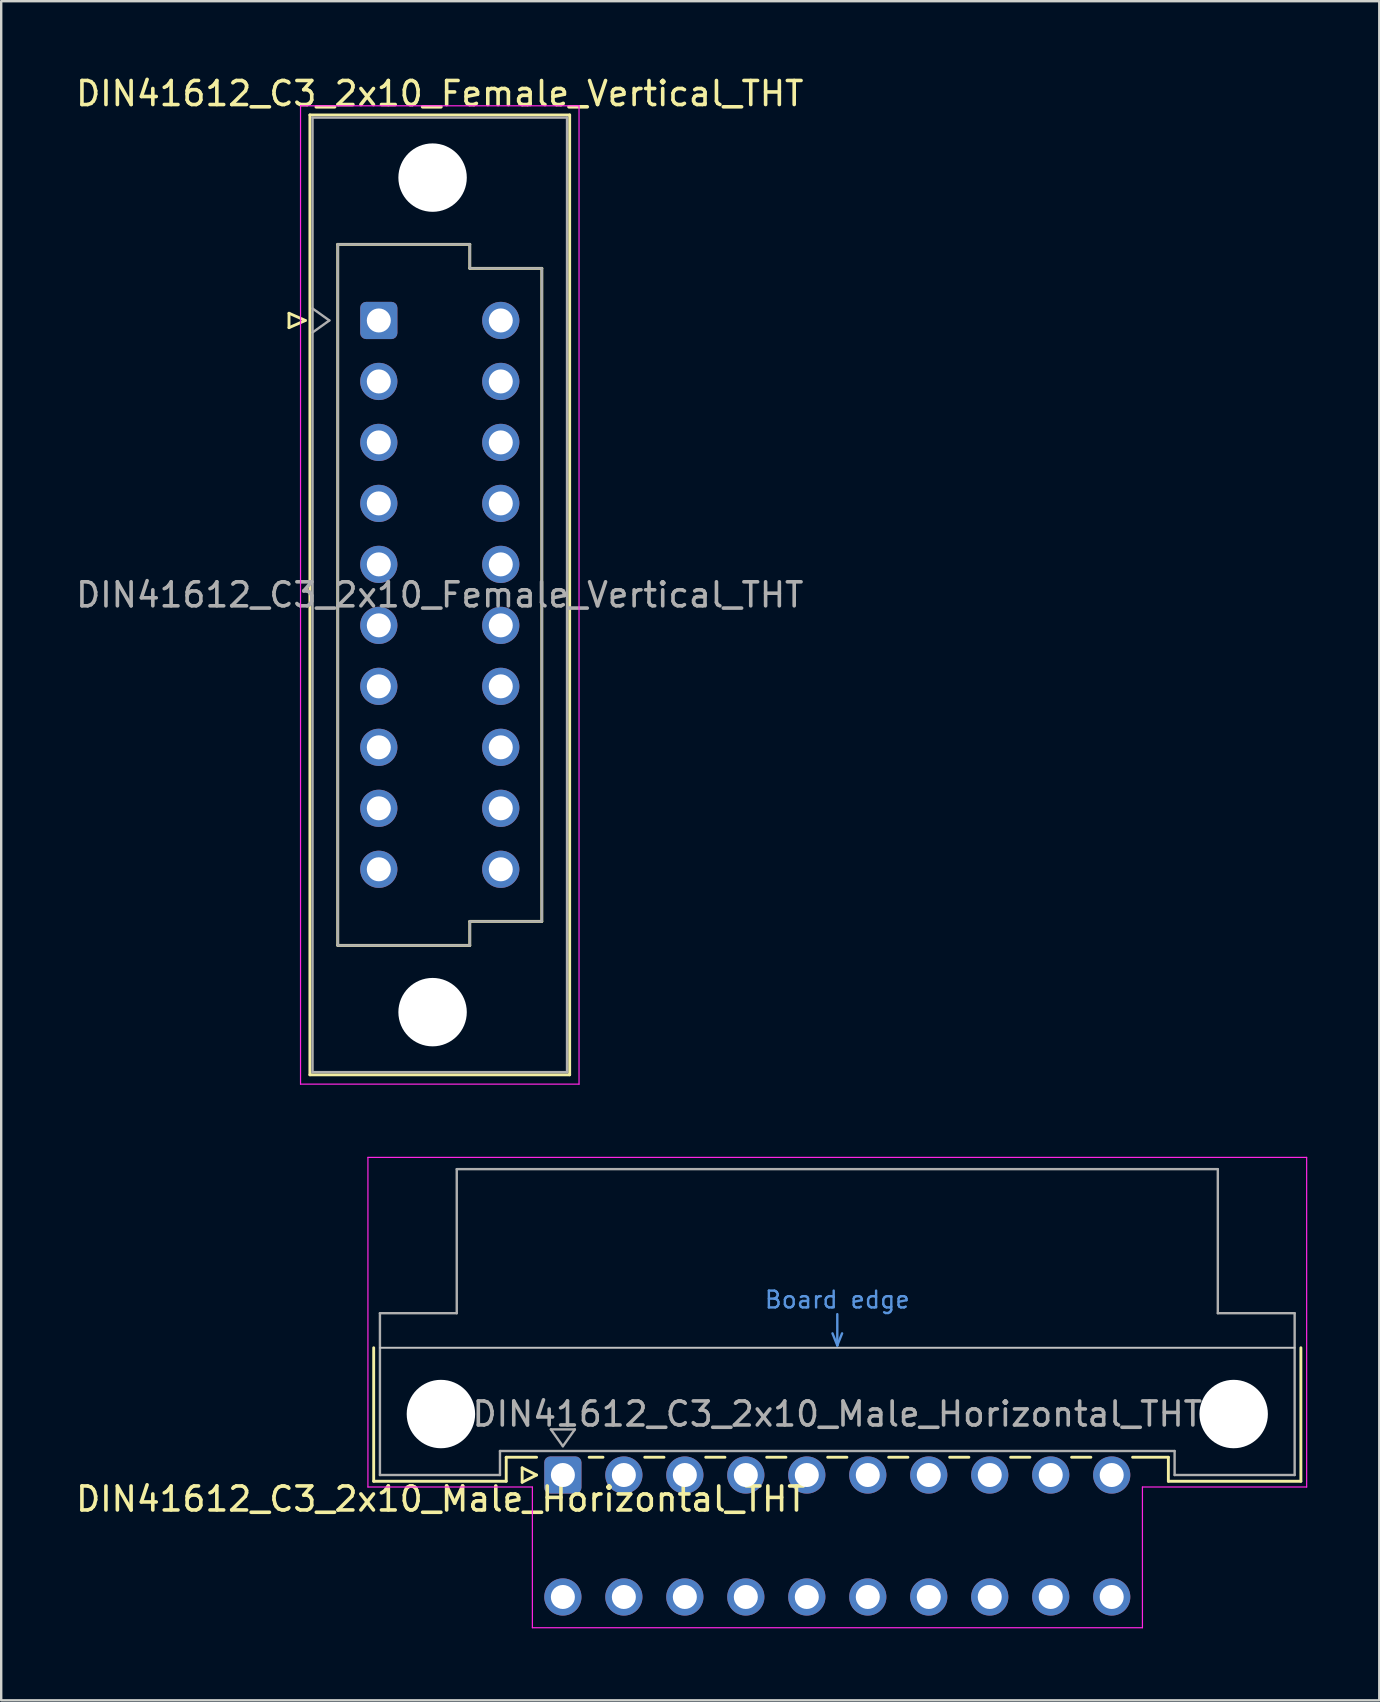
<source format=kicad_pcb>
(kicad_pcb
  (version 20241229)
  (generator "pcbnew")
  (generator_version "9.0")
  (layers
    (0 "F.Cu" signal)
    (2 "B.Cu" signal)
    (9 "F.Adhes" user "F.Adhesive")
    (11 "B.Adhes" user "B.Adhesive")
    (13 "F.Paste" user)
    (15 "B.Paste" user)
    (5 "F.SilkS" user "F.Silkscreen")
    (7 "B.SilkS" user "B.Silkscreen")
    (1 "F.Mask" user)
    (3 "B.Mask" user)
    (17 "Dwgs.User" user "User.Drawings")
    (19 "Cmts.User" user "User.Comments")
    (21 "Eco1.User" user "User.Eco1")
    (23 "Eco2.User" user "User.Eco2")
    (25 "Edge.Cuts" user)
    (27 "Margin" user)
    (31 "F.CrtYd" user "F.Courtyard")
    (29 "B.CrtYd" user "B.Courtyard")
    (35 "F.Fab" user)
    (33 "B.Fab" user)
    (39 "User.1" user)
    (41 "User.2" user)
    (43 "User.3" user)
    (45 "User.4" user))
  (footprint "DIN41612_C3_2x10_Male_Horizontal_THT"
    (layer "F.Cu")
    (at 20.395 58.388)
    (property "Reference" "DIN41612_C3_2x10_Male_Horizontal_THT" (at -5.08 1 0) (layer "F.SilkS") (effects (font (size 1 1) (thickness 0.15))))
    (attr through_hole)
    (fp_line (start -7.88 -5.3) (end -7.88 0.26) (stroke (width 0.12) (type solid)) (layer "F.SilkS"))
    (fp_line (start -7.88 0.26) (end -2.36 0.26) (stroke (width 0.12) (type solid)) (layer "F.SilkS"))
    (fp_line (start -2.361 -0.74) (end -1.095 -0.74) (stroke (width 0.12) (type solid)) (layer "F.SilkS"))
    (fp_line (start -2.36 0.26) (end -2.36 -0.74) (stroke (width 0.12) (type solid)) (layer "F.SilkS"))
    (fp_line (start -1.695 -0.3) (end -1.695 0.3) (stroke (width 0.12) (type solid)) (layer "F.SilkS"))
    (fp_line (start -1.695 0.3) (end -1.095 0) (stroke (width 0.12) (type solid)) (layer "F.SilkS"))
    (fp_line (start -1.095 0) (end -1.695 -0.3) (stroke (width 0.12) (type solid)) (layer "F.SilkS"))
    (fp_line (start 1.095 -0.74) (end 1.671 -0.74) (stroke (width 0.12) (type solid)) (layer "F.SilkS"))
    (fp_line (start 3.41 -0.74) (end 4.211 -0.74) (stroke (width 0.12) (type solid)) (layer "F.SilkS"))
    (fp_line (start 5.95 -0.74) (end 6.751 -0.74) (stroke (width 0.12) (type solid)) (layer "F.SilkS"))
    (fp_line (start 8.49 -0.74) (end 9.291 -0.74) (stroke (width 0.12) (type solid)) (layer "F.SilkS"))
    (fp_line (start 11.03 -0.74) (end 11.831 -0.74) (stroke (width 0.12) (type solid)) (layer "F.SilkS"))
    (fp_line (start 13.57 -0.74) (end 14.371 -0.74) (stroke (width 0.12) (type solid)) (layer "F.SilkS"))
    (fp_line (start 16.11 -0.74) (end 16.911 -0.74) (stroke (width 0.12) (type solid)) (layer "F.SilkS"))
    (fp_line (start 18.65 -0.74) (end 19.451 -0.74) (stroke (width 0.12) (type solid)) (layer "F.SilkS"))
    (fp_line (start 21.19 -0.74) (end 21.991 -0.74) (stroke (width 0.12) (type solid)) (layer "F.SilkS"))
    (fp_line (start 23.73 -0.74) (end 25.22 -0.74) (stroke (width 0.12) (type solid)) (layer "F.SilkS"))
    (fp_line (start 25.22 0.26) (end 25.22 -0.74) (stroke (width 0.12) (type solid)) (layer "F.SilkS"))
    (fp_line (start 30.74 -5.3) (end 30.74 0.26) (stroke (width 0.12) (type solid)) (layer "F.SilkS"))
    (fp_line (start 30.74 0.26) (end 25.22 0.26) (stroke (width 0.12) (type solid)) (layer "F.SilkS"))
    (fp_line (start -7.62 -5.3) (end 30.48 -5.3) (stroke (width 0.08) (type solid)) (layer "Dwgs.User"))
    (fp_line (start 11.23 -5.9) (end 11.43 -5.4) (stroke (width 0.1) (type solid)) (layer "Cmts.User"))
    (fp_line (start 11.43 -5.4) (end 11.43 -6.7) (stroke (width 0.1) (type solid)) (layer "Cmts.User"))
    (fp_line (start 11.43 -5.4) (end 11.63 -5.9) (stroke (width 0.1) (type solid)) (layer "Cmts.User"))
    (fp_line (start -8.12 -13.23) (end -8.12 0.5) (stroke (width 0.05) (type solid)) (layer "F.CrtYd"))
    (fp_line (start -8.12 0.5) (end -1.27 0.5) (stroke (width 0.05) (type solid)) (layer "F.CrtYd"))
    (fp_line (start -1.27 0.5) (end -1.27 6.36) (stroke (width 0.05) (type solid)) (layer "F.CrtYd"))
    (fp_line (start -1.27 6.36) (end 24.14 6.36) (stroke (width 0.05) (type solid)) (layer "F.CrtYd"))
    (fp_line (start 24.14 0.5) (end 30.98 0.5) (stroke (width 0.05) (type solid)) (layer "F.CrtYd"))
    (fp_line (start 24.14 6.36) (end 24.14 0.5) (stroke (width 0.05) (type solid)) (layer "F.CrtYd"))
    (fp_line (start 30.98 -13.23) (end -8.12 -13.23) (stroke (width 0.05) (type solid)) (layer "F.CrtYd"))
    (fp_line (start 30.98 0.5) (end 30.98 -13.23) (stroke (width 0.05) (type solid)) (layer "F.CrtYd"))
    (fp_line (start -7.62 -6.74) (end -7.62 0) (stroke (width 0.1) (type solid)) (layer "F.Fab"))
    (fp_line (start -7.62 0) (end -2.62 0) (stroke (width 0.1) (type solid)) (layer "F.Fab"))
    (fp_line (start -4.42 -12.74) (end -4.42 -6.74) (stroke (width 0.1) (type solid)) (layer "F.Fab"))
    (fp_line (start -4.42 -6.74) (end -7.62 -6.74) (stroke (width 0.1) (type solid)) (layer "F.Fab"))
    (fp_line (start -2.62 -1) (end 25.48 -1) (stroke (width 0.1) (type solid)) (layer "F.Fab"))
    (fp_line (start -2.62 0) (end -2.62 -1) (stroke (width 0.1) (type solid)) (layer "F.Fab"))
    (fp_line (start -0.5 -1.9) (end 0.5 -1.9) (stroke (width 0.1) (type solid)) (layer "F.Fab"))
    (fp_line (start 0 -1.2) (end -0.5 -1.9) (stroke (width 0.1) (type solid)) (layer "F.Fab"))
    (fp_line (start 0.5 -1.9) (end 0 -1.2) (stroke (width 0.1) (type solid)) (layer "F.Fab"))
    (fp_line (start 25.48 -1) (end 25.48 0) (stroke (width 0.1) (type solid)) (layer "F.Fab"))
    (fp_line (start 25.48 0) (end 30.48 0) (stroke (width 0.1) (type solid)) (layer "F.Fab"))
    (fp_line (start 27.28 -12.74) (end -4.42 -12.74) (stroke (width 0.1) (type solid)) (layer "F.Fab"))
    (fp_line (start 27.28 -6.74) (end 27.28 -12.74) (stroke (width 0.1) (type solid)) (layer "F.Fab"))
    (fp_line (start 30.48 -6.74) (end 27.28 -6.74) (stroke (width 0.1) (type solid)) (layer "F.Fab"))
    (fp_line (start 30.48 0) (end 30.48 -6.74) (stroke (width 0.1) (type solid)) (layer "F.Fab"))
    (fp_text user "Board edge" (at 11.43 -7.3 0) (layer "Cmts.User") (effects (font (size 0.7 0.7) (thickness 0.1))))
    (fp_text user "${REFERENCE}" (at 11.43 -2.54 0) (layer "F.Fab") (effects (font (size 1 1) (thickness 0.15))))
    (pad "" np_thru_hole circle (at -5.08 -2.54) (size 2.85 2.85) (drill 2.85) (layers "*.Cu" "*.Mask"))
    (pad "" np_thru_hole circle (at 27.94 -2.54) (size 2.85 2.85) (drill 2.85) (layers "*.Cu" "*.Mask"))
    (pad "a1" thru_hole roundrect (at 0 0) (size 1.55 1.55) (drill 1) (layers "*.Cu" "*.Mask") (roundrect_rratio 0.161))
    (pad "a2" thru_hole circle (at 2.54 0) (size 1.55 1.55) (drill 1) (layers "*.Cu" "*.Mask"))
    (pad "a3" thru_hole circle (at 5.08 0) (size 1.55 1.55) (drill 1) (layers "*.Cu" "*.Mask"))
    (pad "a4" thru_hole circle (at 7.62 0) (size 1.55 1.55) (drill 1) (layers "*.Cu" "*.Mask"))
    (pad "a5" thru_hole circle (at 10.16 0) (size 1.55 1.55) (drill 1) (layers "*.Cu" "*.Mask"))
    (pad "a6" thru_hole circle (at 12.7 0) (size 1.55 1.55) (drill 1) (layers "*.Cu" "*.Mask"))
    (pad "a7" thru_hole circle (at 15.24 0) (size 1.55 1.55) (drill 1) (layers "*.Cu" "*.Mask"))
    (pad "a8" thru_hole circle (at 17.78 0) (size 1.55 1.55) (drill 1) (layers "*.Cu" "*.Mask"))
    (pad "a9" thru_hole circle (at 20.32 0) (size 1.55 1.55) (drill 1) (layers "*.Cu" "*.Mask"))
    (pad "a10" thru_hole circle (at 22.86 0) (size 1.55 1.55) (drill 1) (layers "*.Cu" "*.Mask"))
    (pad "c1" thru_hole circle (at 0 5.08) (size 1.55 1.55) (drill 1) (layers "*.Cu" "*.Mask"))
    (pad "c2" thru_hole circle (at 2.54 5.08) (size 1.55 1.55) (drill 1) (layers "*.Cu" "*.Mask"))
    (pad "c3" thru_hole circle (at 5.08 5.08) (size 1.55 1.55) (drill 1) (layers "*.Cu" "*.Mask"))
    (pad "c4" thru_hole circle (at 7.62 5.08) (size 1.55 1.55) (drill 1) (layers "*.Cu" "*.Mask"))
    (pad "c5" thru_hole circle (at 10.16 5.08) (size 1.55 1.55) (drill 1) (layers "*.Cu" "*.Mask"))
    (pad "c6" thru_hole circle (at 12.7 5.08) (size 1.55 1.55) (drill 1) (layers "*.Cu" "*.Mask"))
    (pad "c7" thru_hole circle (at 15.24 5.08) (size 1.55 1.55) (drill 1) (layers "*.Cu" "*.Mask"))
    (pad "c8" thru_hole circle (at 17.78 5.08) (size 1.55 1.55) (drill 1) (layers "*.Cu" "*.Mask"))
    (pad "c9" thru_hole circle (at 20.32 5.08) (size 1.55 1.55) (drill 1) (layers "*.Cu" "*.Mask"))
    (pad "c10" thru_hole circle (at 22.86 5.08) (size 1.55 1.55) (drill 1) (layers "*.Cu" "*.Mask")))
  (footprint "DIN41612_C3_2x10_Female_Vertical_THT"
    (layer "F.Cu")
    (at 12.728 10.298)
    (property "Reference" "DIN41612_C3_2x10_Female_Vertical_THT" (at 2.54 -9.45 0) (layer "F.SilkS") (effects (font (size 1 1) (thickness 0.15))))
    (attr through_hole)
    (fp_line (start -3.74 -0.3) (end -3.74 0.3) (stroke (width 0.12) (type solid)) (layer "F.SilkS"))
    (fp_line (start -3.74 0.3) (end -3.06 0) (stroke (width 0.12) (type solid)) (layer "F.SilkS"))
    (fp_line (start -3.06 0) (end -3.74 -0.3) (stroke (width 0.12) (type solid)) (layer "F.SilkS"))
    (fp_line (start -2.87 -8.56) (end 7.95 -8.56) (stroke (width 0.12) (type solid)) (layer "F.SilkS"))
    (fp_line (start -2.87 31.42) (end -2.87 -8.56) (stroke (width 0.12) (type solid)) (layer "F.SilkS"))
    (fp_line (start -1.71 -3.17) (end 3.79 -3.17) (stroke (width 0.12) (type solid)) (layer "F.SilkS"))
    (fp_line (start -1.71 26.03) (end -1.71 -3.17) (stroke (width 0.12) (type solid)) (layer "F.SilkS"))
    (fp_line (start 3.79 -3.17) (end 3.79 -2.17) (stroke (width 0.12) (type solid)) (layer "F.SilkS"))
    (fp_line (start 3.79 -2.17) (end 6.79 -2.17) (stroke (width 0.12) (type solid)) (layer "F.SilkS"))
    (fp_line (start 3.79 25.03) (end 3.79 26.03) (stroke (width 0.12) (type solid)) (layer "F.SilkS"))
    (fp_line (start 3.79 26.03) (end -1.71 26.03) (stroke (width 0.12) (type solid)) (layer "F.SilkS"))
    (fp_line (start 6.79 -2.17) (end 6.79 25.03) (stroke (width 0.12) (type solid)) (layer "F.SilkS"))
    (fp_line (start 6.79 25.03) (end 3.79 25.03) (stroke (width 0.12) (type solid)) (layer "F.SilkS"))
    (fp_line (start 7.95 -8.56) (end 7.95 31.42) (stroke (width 0.12) (type solid)) (layer "F.SilkS"))
    (fp_line (start 7.95 31.42) (end -2.87 31.42) (stroke (width 0.12) (type solid)) (layer "F.SilkS"))
    (fp_line (start -3.26 -8.94) (end 8.34 -8.94) (stroke (width 0.05) (type solid)) (layer "F.CrtYd"))
    (fp_line (start -3.26 31.81) (end -3.26 -8.94) (stroke (width 0.05) (type solid)) (layer "F.CrtYd"))
    (fp_line (start 8.34 -8.94) (end 8.34 31.81) (stroke (width 0.05) (type solid)) (layer "F.CrtYd"))
    (fp_line (start 8.34 31.81) (end -3.26 31.81) (stroke (width 0.05) (type solid)) (layer "F.CrtYd"))
    (fp_line (start -2.76 -8.45) (end 7.84 -8.45) (stroke (width 0.1) (type solid)) (layer "F.Fab"))
    (fp_line (start -2.76 -0.5) (end -2.06 0) (stroke (width 0.1) (type solid)) (layer "F.Fab"))
    (fp_line (start -2.76 31.31) (end -2.76 -8.45) (stroke (width 0.1) (type solid)) (layer "F.Fab"))
    (fp_line (start -2.06 0) (end -2.76 0.5) (stroke (width 0.1) (type solid)) (layer "F.Fab"))
    (fp_line (start -1.71 -3.17) (end 3.79 -3.17) (stroke (width 0.1) (type solid)) (layer "F.Fab"))
    (fp_line (start -1.71 26.03) (end -1.71 -3.17) (stroke (width 0.1) (type solid)) (layer "F.Fab"))
    (fp_line (start 3.79 -3.17) (end 3.79 -2.17) (stroke (width 0.1) (type solid)) (layer "F.Fab"))
    (fp_line (start 3.79 -2.17) (end 6.79 -2.17) (stroke (width 0.1) (type solid)) (layer "F.Fab"))
    (fp_line (start 3.79 25.03) (end 3.79 26.03) (stroke (width 0.1) (type solid)) (layer "F.Fab"))
    (fp_line (start 3.79 26.03) (end -1.71 26.03) (stroke (width 0.1) (type solid)) (layer "F.Fab"))
    (fp_line (start 6.79 -2.17) (end 6.79 25.03) (stroke (width 0.1) (type solid)) (layer "F.Fab"))
    (fp_line (start 6.79 25.03) (end 3.79 25.03) (stroke (width 0.1) (type solid)) (layer "F.Fab"))
    (fp_line (start 7.84 -8.45) (end 7.84 31.31) (stroke (width 0.1) (type solid)) (layer "F.Fab"))
    (fp_line (start 7.84 31.31) (end -2.76 31.31) (stroke (width 0.1) (type solid)) (layer "F.Fab"))
    (fp_text user "${REFERENCE}" (at 2.54 11.43 0) (layer "F.Fab") (effects (font (size 1 1) (thickness 0.15))))
    (pad "" np_thru_hole circle (at 2.24 -5.95) (size 2.85 2.85) (drill 2.85) (layers "*.Cu" "*.Mask"))
    (pad "" np_thru_hole circle (at 2.24 28.81) (size 2.85 2.85) (drill 2.85) (layers "*.Cu" "*.Mask"))
    (pad "a1" thru_hole roundrect (at 0 0) (size 1.55 1.55) (drill 1) (layers "*.Cu" "*.Mask") (roundrect_rratio 0.161))
    (pad "a2" thru_hole circle (at 0 2.54) (size 1.55 1.55) (drill 1) (layers "*.Cu" "*.Mask"))
    (pad "a3" thru_hole circle (at 0 5.08) (size 1.55 1.55) (drill 1) (layers "*.Cu" "*.Mask"))
    (pad "a4" thru_hole circle (at 0 7.62) (size 1.55 1.55) (drill 1) (layers "*.Cu" "*.Mask"))
    (pad "a5" thru_hole circle (at 0 10.16) (size 1.55 1.55) (drill 1) (layers "*.Cu" "*.Mask"))
    (pad "a6" thru_hole circle (at 0 12.7) (size 1.55 1.55) (drill 1) (layers "*.Cu" "*.Mask"))
    (pad "a7" thru_hole circle (at 0 15.24) (size 1.55 1.55) (drill 1) (layers "*.Cu" "*.Mask"))
    (pad "a8" thru_hole circle (at 0 17.78) (size 1.55 1.55) (drill 1) (layers "*.Cu" "*.Mask"))
    (pad "a9" thru_hole circle (at 0 20.32) (size 1.55 1.55) (drill 1) (layers "*.Cu" "*.Mask"))
    (pad "a10" thru_hole circle (at 0 22.86) (size 1.55 1.55) (drill 1) (layers "*.Cu" "*.Mask"))
    (pad "c1" thru_hole circle (at 5.08 0) (size 1.55 1.55) (drill 1) (layers "*.Cu" "*.Mask"))
    (pad "c2" thru_hole circle (at 5.08 2.54) (size 1.55 1.55) (drill 1) (layers "*.Cu" "*.Mask"))
    (pad "c3" thru_hole circle (at 5.08 5.08) (size 1.55 1.55) (drill 1) (layers "*.Cu" "*.Mask"))
    (pad "c4" thru_hole circle (at 5.08 7.62) (size 1.55 1.55) (drill 1) (layers "*.Cu" "*.Mask"))
    (pad "c5" thru_hole circle (at 5.08 10.16) (size 1.55 1.55) (drill 1) (layers "*.Cu" "*.Mask"))
    (pad "c6" thru_hole circle (at 5.08 12.7) (size 1.55 1.55) (drill 1) (layers "*.Cu" "*.Mask"))
    (pad "c7" thru_hole circle (at 5.08 15.24) (size 1.55 1.55) (drill 1) (layers "*.Cu" "*.Mask"))
    (pad "c8" thru_hole circle (at 5.08 17.78) (size 1.55 1.55) (drill 1) (layers "*.Cu" "*.Mask"))
    (pad "c9" thru_hole circle (at 5.08 20.32) (size 1.55 1.55) (drill 1) (layers "*.Cu" "*.Mask"))
    (pad "c10" thru_hole circle (at 5.08 22.86) (size 1.55 1.55) (drill 1) (layers "*.Cu" "*.Mask")))
  (gr_rect
    (start -3 -3)
    (end 54.4 67.773)
    (stroke (width 0.1) (type default))
    (fill no)
    (layer "Edge.Cuts")))
</source>
